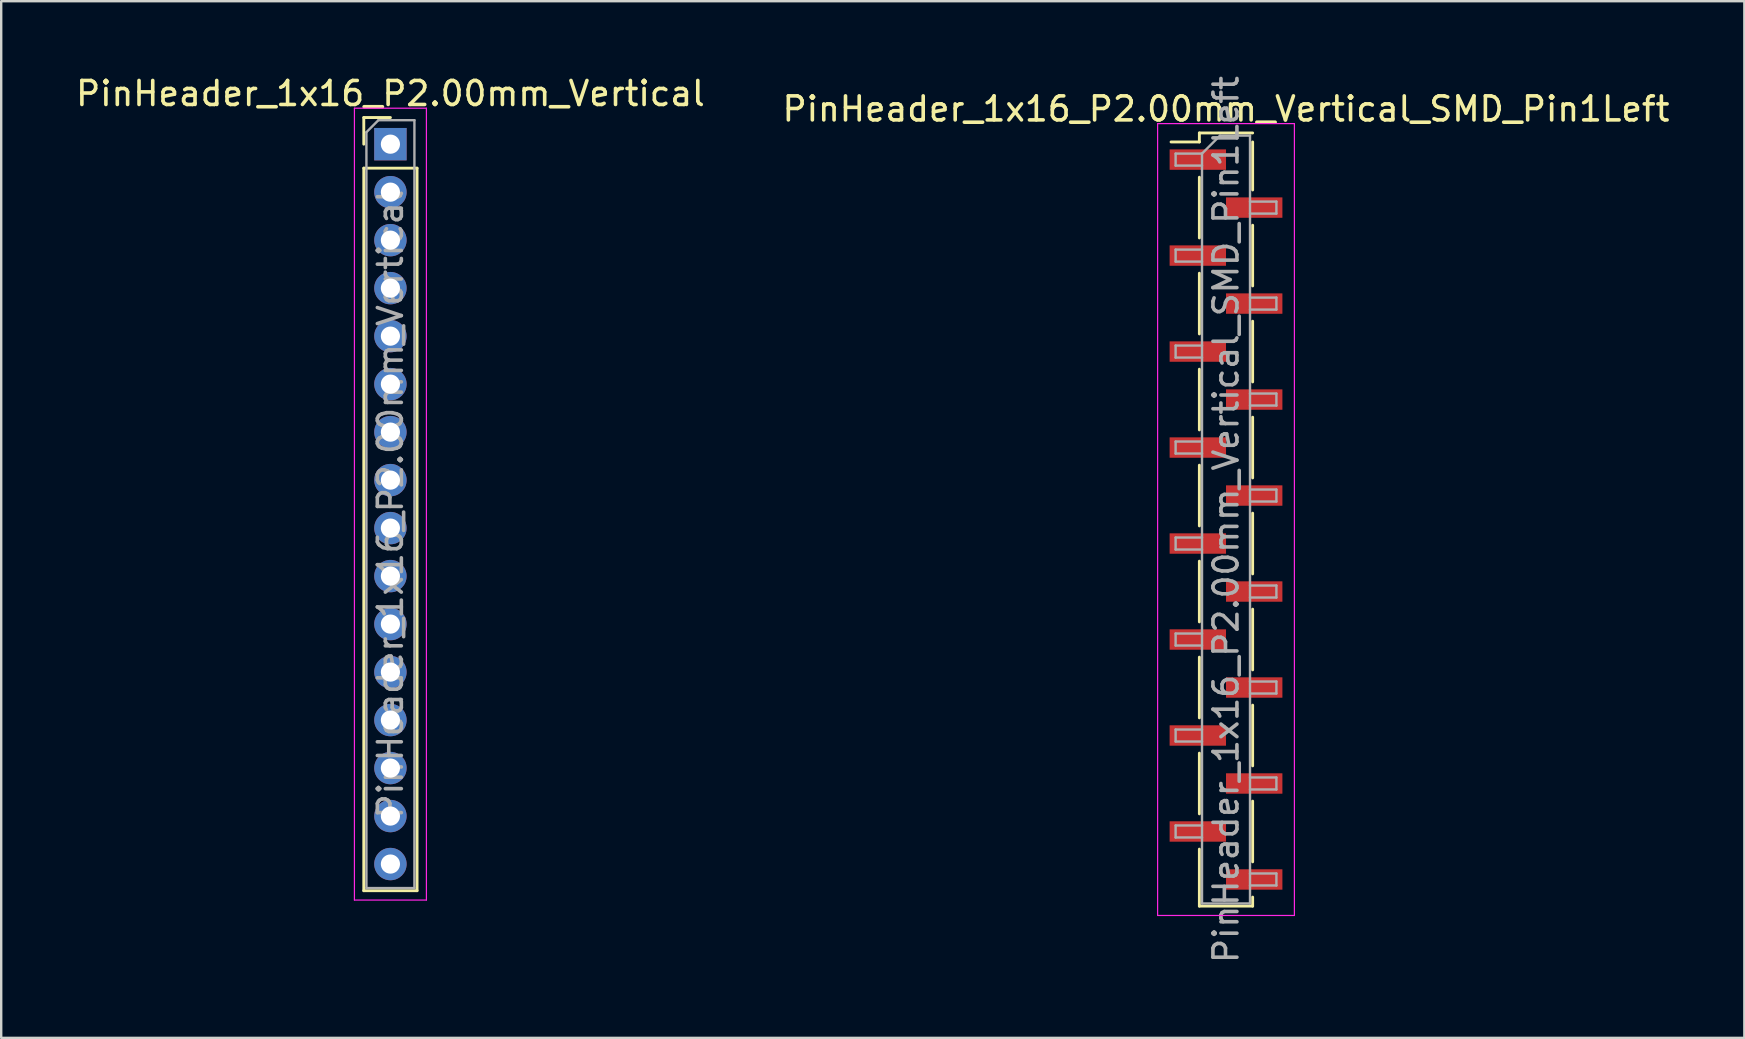
<source format=kicad_pcb>
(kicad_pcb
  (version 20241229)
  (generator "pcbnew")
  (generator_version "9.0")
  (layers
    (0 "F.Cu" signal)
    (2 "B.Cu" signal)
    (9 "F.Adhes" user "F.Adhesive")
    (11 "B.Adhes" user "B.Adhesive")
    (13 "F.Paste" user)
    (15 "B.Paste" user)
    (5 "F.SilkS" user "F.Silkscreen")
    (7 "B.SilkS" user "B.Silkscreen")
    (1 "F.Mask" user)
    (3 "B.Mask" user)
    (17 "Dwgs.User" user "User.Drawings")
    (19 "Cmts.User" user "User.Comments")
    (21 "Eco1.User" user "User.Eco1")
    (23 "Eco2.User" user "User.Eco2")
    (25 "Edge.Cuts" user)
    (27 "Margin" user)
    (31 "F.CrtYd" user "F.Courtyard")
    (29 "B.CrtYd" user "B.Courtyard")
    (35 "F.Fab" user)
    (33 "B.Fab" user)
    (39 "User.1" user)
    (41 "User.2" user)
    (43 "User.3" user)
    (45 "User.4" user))
  (footprint "PinHeader_1x16_P2.00mm_Vertical"
    (layer "F.Cu")
    (at 13.22 2.958)
    (property "Reference" "PinHeader_1x16_P2.00mm_Vertical" (at 0 -2.11 0) (layer "F.SilkS") (effects (font (size 1 1) (thickness 0.15))))
    (attr through_hole)
    (fp_line (start -1.11 -1.11) (end 0 -1.11) (stroke (width 0.12) (type solid)) (layer "F.SilkS"))
    (fp_line (start -1.11 0) (end -1.11 -1.11) (stroke (width 0.12) (type solid)) (layer "F.SilkS"))
    (fp_line (start -1.11 1) (end -1.11 31.11) (stroke (width 0.12) (type solid)) (layer "F.SilkS"))
    (fp_line (start -1.11 1) (end 1.11 1) (stroke (width 0.12) (type solid)) (layer "F.SilkS"))
    (fp_line (start -1.11 31.11) (end 1.11 31.11) (stroke (width 0.12) (type solid)) (layer "F.SilkS"))
    (fp_line (start 1.11 1) (end 1.11 31.11) (stroke (width 0.12) (type solid)) (layer "F.SilkS"))
    (fp_line (start -1.5 -1.5) (end -1.5 31.5) (stroke (width 0.05) (type solid)) (layer "F.CrtYd"))
    (fp_line (start -1.5 31.5) (end 1.5 31.5) (stroke (width 0.05) (type solid)) (layer "F.CrtYd"))
    (fp_line (start 1.5 -1.5) (end -1.5 -1.5) (stroke (width 0.05) (type solid)) (layer "F.CrtYd"))
    (fp_line (start 1.5 31.5) (end 1.5 -1.5) (stroke (width 0.05) (type solid)) (layer "F.CrtYd"))
    (fp_line (start -1 -0.5) (end -0.5 -1) (stroke (width 0.1) (type solid)) (layer "F.Fab"))
    (fp_line (start -1 31) (end -1 -0.5) (stroke (width 0.1) (type solid)) (layer "F.Fab"))
    (fp_line (start -0.5 -1) (end 1 -1) (stroke (width 0.1) (type solid)) (layer "F.Fab"))
    (fp_line (start 1 -1) (end 1 31) (stroke (width 0.1) (type solid)) (layer "F.Fab"))
    (fp_line (start 1 31) (end -1 31) (stroke (width 0.1) (type solid)) (layer "F.Fab"))
    (fp_text user "${REFERENCE}" (at 0 15 90) (layer "F.Fab") (effects (font (size 1 1) (thickness 0.15))))
    (pad "1" thru_hole rect (at 0 0) (size 1.35 1.35) (drill 0.8) (layers "*.Cu" "*.Mask"))
    (pad "2" thru_hole circle (at 0 2) (size 1.35 1.35) (drill 0.8) (layers "*.Cu" "*.Mask"))
    (pad "3" thru_hole circle (at 0 4) (size 1.35 1.35) (drill 0.8) (layers "*.Cu" "*.Mask"))
    (pad "4" thru_hole circle (at 0 6) (size 1.35 1.35) (drill 0.8) (layers "*.Cu" "*.Mask"))
    (pad "5" thru_hole circle (at 0 8) (size 1.35 1.35) (drill 0.8) (layers "*.Cu" "*.Mask"))
    (pad "6" thru_hole circle (at 0 10) (size 1.35 1.35) (drill 0.8) (layers "*.Cu" "*.Mask"))
    (pad "7" thru_hole circle (at 0 12) (size 1.35 1.35) (drill 0.8) (layers "*.Cu" "*.Mask"))
    (pad "8" thru_hole circle (at 0 14) (size 1.35 1.35) (drill 0.8) (layers "*.Cu" "*.Mask"))
    (pad "9" thru_hole circle (at 0 16) (size 1.35 1.35) (drill 0.8) (layers "*.Cu" "*.Mask"))
    (pad "10" thru_hole circle (at 0 18) (size 1.35 1.35) (drill 0.8) (layers "*.Cu" "*.Mask"))
    (pad "11" thru_hole circle (at 0 20) (size 1.35 1.35) (drill 0.8) (layers "*.Cu" "*.Mask"))
    (pad "12" thru_hole circle (at 0 22) (size 1.35 1.35) (drill 0.8) (layers "*.Cu" "*.Mask"))
    (pad "13" thru_hole circle (at 0 24) (size 1.35 1.35) (drill 0.8) (layers "*.Cu" "*.Mask"))
    (pad "14" thru_hole circle (at 0 26) (size 1.35 1.35) (drill 0.8) (layers "*.Cu" "*.Mask"))
    (pad "15" thru_hole circle (at 0 28) (size 1.35 1.35) (drill 0.8) (layers "*.Cu" "*.Mask"))
    (pad "16" thru_hole circle (at 0 30) (size 1.35 1.35) (drill 0.8) (layers "*.Cu" "*.Mask")))
  (footprint "PinHeader_1x16_P2.00mm_Vertical_SMD_Pin1Left"
    (layer "F.Cu")
    (at 48.042 18.601)
    (property "Reference" "PinHeader_1x16_P2.00mm_Vertical_SMD_Pin1Left" (at 0 -17.11 0) (layer "F.SilkS") (effects (font (size 1 1) (thickness 0.15))))
    (attr smd)
    (fp_line (start -1.11 -16.11) (end -1.11 -15.735) (stroke (width 0.12) (type solid)) (layer "F.SilkS"))
    (fp_line (start -1.11 -16.11) (end 1.11 -16.11) (stroke (width 0.12) (type solid)) (layer "F.SilkS"))
    (fp_line (start -1.11 -15.735) (end -2.29 -15.735) (stroke (width 0.12) (type solid)) (layer "F.SilkS"))
    (fp_line (start -1.11 -14.265) (end -1.11 -11.735) (stroke (width 0.12) (type solid)) (layer "F.SilkS"))
    (fp_line (start -1.11 -10.265) (end -1.11 -7.735) (stroke (width 0.12) (type solid)) (layer "F.SilkS"))
    (fp_line (start -1.11 -6.265) (end -1.11 -3.735) (stroke (width 0.12) (type solid)) (layer "F.SilkS"))
    (fp_line (start -1.11 -2.265) (end -1.11 0.265) (stroke (width 0.12) (type solid)) (layer "F.SilkS"))
    (fp_line (start -1.11 1.735) (end -1.11 4.265) (stroke (width 0.12) (type solid)) (layer "F.SilkS"))
    (fp_line (start -1.11 5.735) (end -1.11 8.265) (stroke (width 0.12) (type solid)) (layer "F.SilkS"))
    (fp_line (start -1.11 9.735) (end -1.11 12.265) (stroke (width 0.12) (type solid)) (layer "F.SilkS"))
    (fp_line (start -1.11 13.735) (end -1.11 16.11) (stroke (width 0.12) (type solid)) (layer "F.SilkS"))
    (fp_line (start -1.11 16.11) (end 1.11 16.11) (stroke (width 0.12) (type solid)) (layer "F.SilkS"))
    (fp_line (start 1.11 -15.735) (end 1.11 -13.735) (stroke (width 0.12) (type solid)) (layer "F.SilkS"))
    (fp_line (start 1.11 -12.265) (end 1.11 -9.735) (stroke (width 0.12) (type solid)) (layer "F.SilkS"))
    (fp_line (start 1.11 -8.265) (end 1.11 -5.735) (stroke (width 0.12) (type solid)) (layer "F.SilkS"))
    (fp_line (start 1.11 -4.265) (end 1.11 -1.735) (stroke (width 0.12) (type solid)) (layer "F.SilkS"))
    (fp_line (start 1.11 -0.265) (end 1.11 2.265) (stroke (width 0.12) (type solid)) (layer "F.SilkS"))
    (fp_line (start 1.11 3.735) (end 1.11 6.265) (stroke (width 0.12) (type solid)) (layer "F.SilkS"))
    (fp_line (start 1.11 7.735) (end 1.11 10.265) (stroke (width 0.12) (type solid)) (layer "F.SilkS"))
    (fp_line (start 1.11 11.735) (end 1.11 14.265) (stroke (width 0.12) (type solid)) (layer "F.SilkS"))
    (fp_line (start 1.11 15.735) (end 1.11 16.11) (stroke (width 0.12) (type solid)) (layer "F.SilkS"))
    (fp_line (start -2.85 -16.5) (end -2.85 16.5) (stroke (width 0.05) (type solid)) (layer "F.CrtYd"))
    (fp_line (start -2.85 16.5) (end 2.85 16.5) (stroke (width 0.05) (type solid)) (layer "F.CrtYd"))
    (fp_line (start 2.85 -16.5) (end -2.85 -16.5) (stroke (width 0.05) (type solid)) (layer "F.CrtYd"))
    (fp_line (start 2.85 16.5) (end 2.85 -16.5) (stroke (width 0.05) (type solid)) (layer "F.CrtYd"))
    (fp_line (start -2.1 -15.25) (end -2.1 -14.75) (stroke (width 0.1) (type solid)) (layer "F.Fab"))
    (fp_line (start -2.1 -14.75) (end -1 -14.75) (stroke (width 0.1) (type solid)) (layer "F.Fab"))
    (fp_line (start -2.1 -11.25) (end -2.1 -10.75) (stroke (width 0.1) (type solid)) (layer "F.Fab"))
    (fp_line (start -2.1 -10.75) (end -1 -10.75) (stroke (width 0.1) (type solid)) (layer "F.Fab"))
    (fp_line (start -2.1 -7.25) (end -2.1 -6.75) (stroke (width 0.1) (type solid)) (layer "F.Fab"))
    (fp_line (start -2.1 -6.75) (end -1 -6.75) (stroke (width 0.1) (type solid)) (layer "F.Fab"))
    (fp_line (start -2.1 -3.25) (end -2.1 -2.75) (stroke (width 0.1) (type solid)) (layer "F.Fab"))
    (fp_line (start -2.1 -2.75) (end -1 -2.75) (stroke (width 0.1) (type solid)) (layer "F.Fab"))
    (fp_line (start -2.1 0.75) (end -2.1 1.25) (stroke (width 0.1) (type solid)) (layer "F.Fab"))
    (fp_line (start -2.1 1.25) (end -1 1.25) (stroke (width 0.1) (type solid)) (layer "F.Fab"))
    (fp_line (start -2.1 4.75) (end -2.1 5.25) (stroke (width 0.1) (type solid)) (layer "F.Fab"))
    (fp_line (start -2.1 5.25) (end -1 5.25) (stroke (width 0.1) (type solid)) (layer "F.Fab"))
    (fp_line (start -2.1 8.75) (end -2.1 9.25) (stroke (width 0.1) (type solid)) (layer "F.Fab"))
    (fp_line (start -2.1 9.25) (end -1 9.25) (stroke (width 0.1) (type solid)) (layer "F.Fab"))
    (fp_line (start -2.1 12.75) (end -2.1 13.25) (stroke (width 0.1) (type solid)) (layer "F.Fab"))
    (fp_line (start -2.1 13.25) (end -1 13.25) (stroke (width 0.1) (type solid)) (layer "F.Fab"))
    (fp_line (start -1 -15.25) (end -2.1 -15.25) (stroke (width 0.1) (type solid)) (layer "F.Fab"))
    (fp_line (start -1 -15.25) (end -0.25 -16) (stroke (width 0.1) (type solid)) (layer "F.Fab"))
    (fp_line (start -1 -11.25) (end -2.1 -11.25) (stroke (width 0.1) (type solid)) (layer "F.Fab"))
    (fp_line (start -1 -7.25) (end -2.1 -7.25) (stroke (width 0.1) (type solid)) (layer "F.Fab"))
    (fp_line (start -1 -3.25) (end -2.1 -3.25) (stroke (width 0.1) (type solid)) (layer "F.Fab"))
    (fp_line (start -1 0.75) (end -2.1 0.75) (stroke (width 0.1) (type solid)) (layer "F.Fab"))
    (fp_line (start -1 4.75) (end -2.1 4.75) (stroke (width 0.1) (type solid)) (layer "F.Fab"))
    (fp_line (start -1 8.75) (end -2.1 8.75) (stroke (width 0.1) (type solid)) (layer "F.Fab"))
    (fp_line (start -1 12.75) (end -2.1 12.75) (stroke (width 0.1) (type solid)) (layer "F.Fab"))
    (fp_line (start -1 16) (end -1 -15.25) (stroke (width 0.1) (type solid)) (layer "F.Fab"))
    (fp_line (start -0.25 -16) (end 1 -16) (stroke (width 0.1) (type solid)) (layer "F.Fab"))
    (fp_line (start 1 -16) (end 1 16) (stroke (width 0.1) (type solid)) (layer "F.Fab"))
    (fp_line (start 1 -13.25) (end 2.1 -13.25) (stroke (width 0.1) (type solid)) (layer "F.Fab"))
    (fp_line (start 1 -9.25) (end 2.1 -9.25) (stroke (width 0.1) (type solid)) (layer "F.Fab"))
    (fp_line (start 1 -5.25) (end 2.1 -5.25) (stroke (width 0.1) (type solid)) (layer "F.Fab"))
    (fp_line (start 1 -1.25) (end 2.1 -1.25) (stroke (width 0.1) (type solid)) (layer "F.Fab"))
    (fp_line (start 1 2.75) (end 2.1 2.75) (stroke (width 0.1) (type solid)) (layer "F.Fab"))
    (fp_line (start 1 6.75) (end 2.1 6.75) (stroke (width 0.1) (type solid)) (layer "F.Fab"))
    (fp_line (start 1 10.75) (end 2.1 10.75) (stroke (width 0.1) (type solid)) (layer "F.Fab"))
    (fp_line (start 1 14.75) (end 2.1 14.75) (stroke (width 0.1) (type solid)) (layer "F.Fab"))
    (fp_line (start 1 16) (end -1 16) (stroke (width 0.1) (type solid)) (layer "F.Fab"))
    (fp_line (start 2.1 -13.25) (end 2.1 -12.75) (stroke (width 0.1) (type solid)) (layer "F.Fab"))
    (fp_line (start 2.1 -12.75) (end 1 -12.75) (stroke (width 0.1) (type solid)) (layer "F.Fab"))
    (fp_line (start 2.1 -9.25) (end 2.1 -8.75) (stroke (width 0.1) (type solid)) (layer "F.Fab"))
    (fp_line (start 2.1 -8.75) (end 1 -8.75) (stroke (width 0.1) (type solid)) (layer "F.Fab"))
    (fp_line (start 2.1 -5.25) (end 2.1 -4.75) (stroke (width 0.1) (type solid)) (layer "F.Fab"))
    (fp_line (start 2.1 -4.75) (end 1 -4.75) (stroke (width 0.1) (type solid)) (layer "F.Fab"))
    (fp_line (start 2.1 -1.25) (end 2.1 -0.75) (stroke (width 0.1) (type solid)) (layer "F.Fab"))
    (fp_line (start 2.1 -0.75) (end 1 -0.75) (stroke (width 0.1) (type solid)) (layer "F.Fab"))
    (fp_line (start 2.1 2.75) (end 2.1 3.25) (stroke (width 0.1) (type solid)) (layer "F.Fab"))
    (fp_line (start 2.1 3.25) (end 1 3.25) (stroke (width 0.1) (type solid)) (layer "F.Fab"))
    (fp_line (start 2.1 6.75) (end 2.1 7.25) (stroke (width 0.1) (type solid)) (layer "F.Fab"))
    (fp_line (start 2.1 7.25) (end 1 7.25) (stroke (width 0.1) (type solid)) (layer "F.Fab"))
    (fp_line (start 2.1 10.75) (end 2.1 11.25) (stroke (width 0.1) (type solid)) (layer "F.Fab"))
    (fp_line (start 2.1 11.25) (end 1 11.25) (stroke (width 0.1) (type solid)) (layer "F.Fab"))
    (fp_line (start 2.1 14.75) (end 2.1 15.25) (stroke (width 0.1) (type solid)) (layer "F.Fab"))
    (fp_line (start 2.1 15.25) (end 1 15.25) (stroke (width 0.1) (type solid)) (layer "F.Fab"))
    (fp_text user "${REFERENCE}" (at 0 0 90) (layer "F.Fab") (effects (font (size 1 1) (thickness 0.15))))
    (pad "1" smd rect (at -1.175 -15) (size 2.35 0.85) (layers "F.Cu" "F.Mask" "F.Paste"))
    (pad "2" smd rect (at 1.175 -13) (size 2.35 0.85) (layers "F.Cu" "F.Mask" "F.Paste"))
    (pad "3" smd rect (at -1.175 -11) (size 2.35 0.85) (layers "F.Cu" "F.Mask" "F.Paste"))
    (pad "4" smd rect (at 1.175 -9) (size 2.35 0.85) (layers "F.Cu" "F.Mask" "F.Paste"))
    (pad "5" smd rect (at -1.175 -7) (size 2.35 0.85) (layers "F.Cu" "F.Mask" "F.Paste"))
    (pad "6" smd rect (at 1.175 -5) (size 2.35 0.85) (layers "F.Cu" "F.Mask" "F.Paste"))
    (pad "7" smd rect (at -1.175 -3) (size 2.35 0.85) (layers "F.Cu" "F.Mask" "F.Paste"))
    (pad "8" smd rect (at 1.175 -1) (size 2.35 0.85) (layers "F.Cu" "F.Mask" "F.Paste"))
    (pad "9" smd rect (at -1.175 1) (size 2.35 0.85) (layers "F.Cu" "F.Mask" "F.Paste"))
    (pad "10" smd rect (at 1.175 3) (size 2.35 0.85) (layers "F.Cu" "F.Mask" "F.Paste"))
    (pad "11" smd rect (at -1.175 5) (size 2.35 0.85) (layers "F.Cu" "F.Mask" "F.Paste"))
    (pad "12" smd rect (at 1.175 7) (size 2.35 0.85) (layers "F.Cu" "F.Mask" "F.Paste"))
    (pad "13" smd rect (at -1.175 9) (size 2.35 0.85) (layers "F.Cu" "F.Mask" "F.Paste"))
    (pad "14" smd rect (at 1.175 11) (size 2.35 0.85) (layers "F.Cu" "F.Mask" "F.Paste"))
    (pad "15" smd rect (at -1.175 13) (size 2.35 0.85) (layers "F.Cu" "F.Mask" "F.Paste"))
    (pad "16" smd rect (at 1.175 15) (size 2.35 0.85) (layers "F.Cu" "F.Mask" "F.Paste")))
  (gr_rect
    (start -3 -3)
    (end 69.643 40.202)
    (stroke (width 0.1) (type default))
    (fill no)
    (layer "Edge.Cuts")))
</source>
